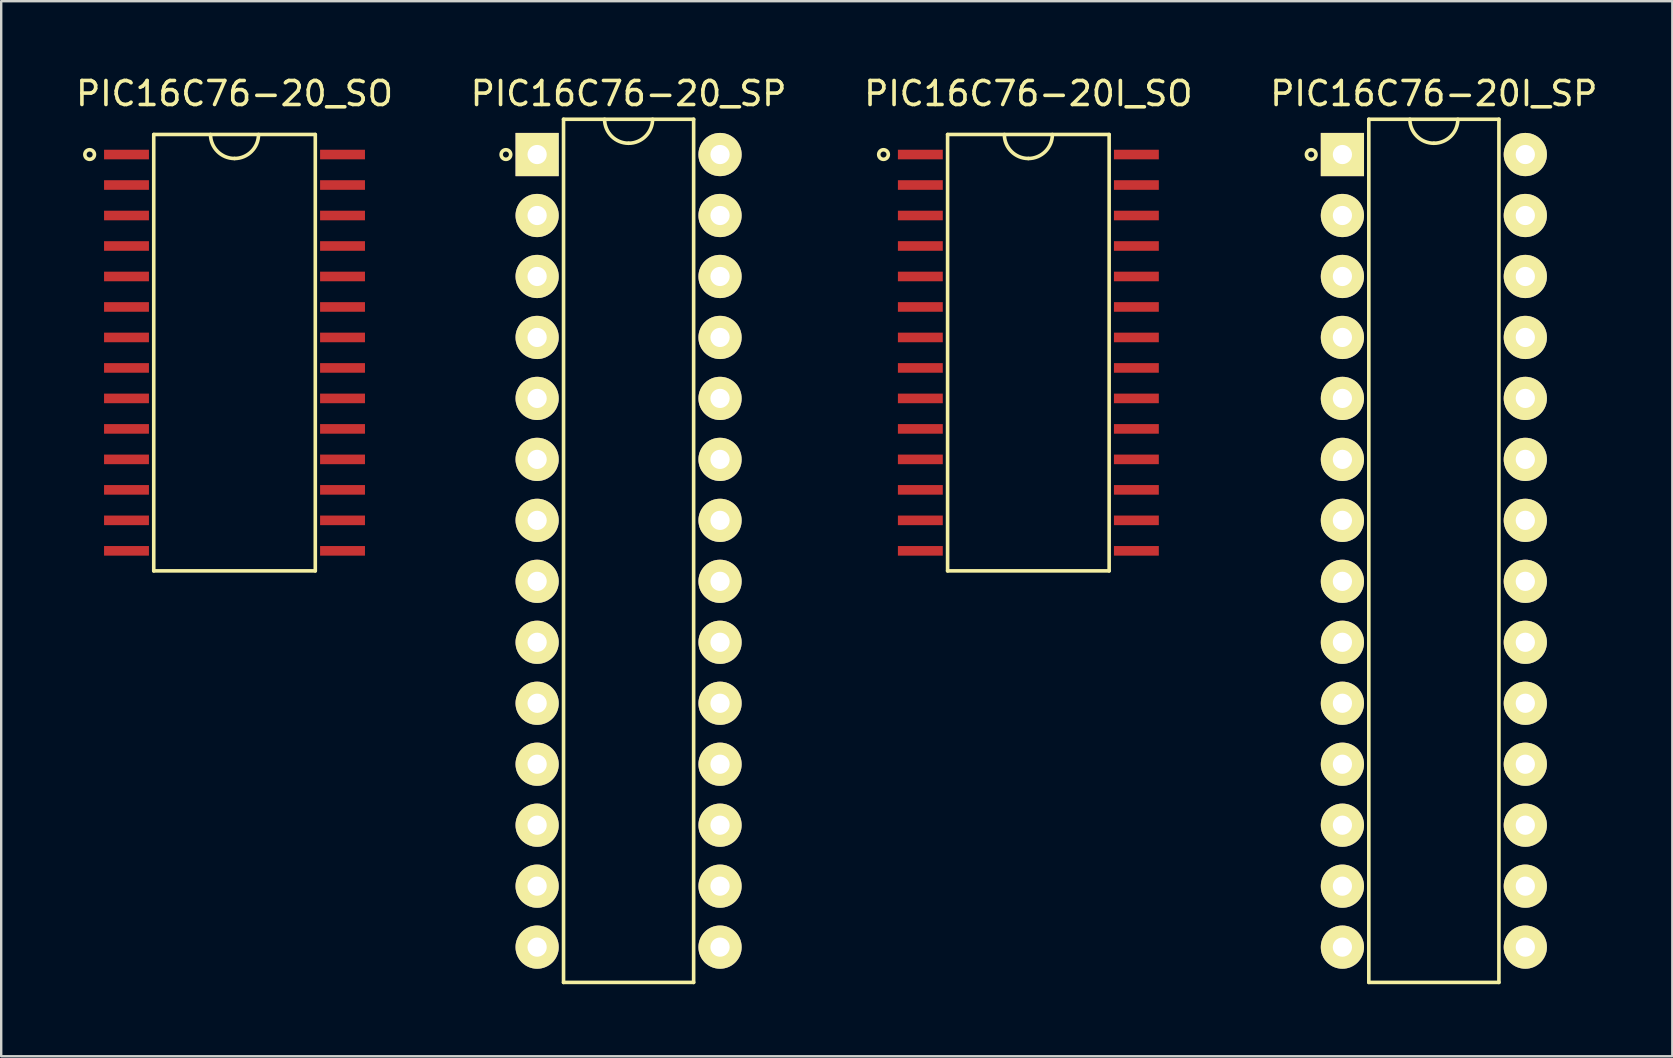
<source format=kicad_pcb>
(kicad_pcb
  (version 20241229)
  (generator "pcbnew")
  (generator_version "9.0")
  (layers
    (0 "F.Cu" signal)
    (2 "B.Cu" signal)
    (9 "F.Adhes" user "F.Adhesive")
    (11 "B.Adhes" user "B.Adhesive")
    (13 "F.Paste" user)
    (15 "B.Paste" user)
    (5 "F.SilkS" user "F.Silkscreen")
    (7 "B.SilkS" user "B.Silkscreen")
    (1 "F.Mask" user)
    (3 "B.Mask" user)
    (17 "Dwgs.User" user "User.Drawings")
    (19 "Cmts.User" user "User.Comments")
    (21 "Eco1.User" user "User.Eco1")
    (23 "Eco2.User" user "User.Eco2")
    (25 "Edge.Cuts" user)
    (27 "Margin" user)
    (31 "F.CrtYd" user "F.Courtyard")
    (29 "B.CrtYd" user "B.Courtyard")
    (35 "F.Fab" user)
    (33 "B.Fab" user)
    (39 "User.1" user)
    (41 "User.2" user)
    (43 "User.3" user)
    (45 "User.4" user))
  (footprint "PIC16C76-20_SP"
    (layer "F.Cu")
    (at 19.327 3.388)
    (property "Reference" "PIC16C76-20_SP" (at 3.81 -2.54 0) (layer "F.SilkS") (effects (font (size 1 1) (thickness 0.15))))
    (attr through_hole)
    (fp_line (start 1.1 -1.47) (end 6.52 -1.47) (stroke (width 0.15) (type solid)) (layer "F.SilkS"))
    (fp_line (start 1.1 34.49) (end 1.1 -1.47) (stroke (width 0.15) (type solid)) (layer "F.SilkS"))
    (fp_line (start 6.52 -1.47) (end 6.52 34.49) (stroke (width 0.15) (type solid)) (layer "F.SilkS"))
    (fp_line (start 6.52 34.49) (end 1.1 34.49) (stroke (width 0.15) (type solid)) (layer "F.SilkS"))
    (fp_arc (start 3.81 -0.47) (mid 3.102893 -0.762893) (end 2.81 -1.47) (stroke (width 0.15) (type solid)) (layer "F.SilkS"))
    (fp_arc (start 4.81 -1.47) (mid 4.517107 -0.762893) (end 3.81 -0.47) (stroke (width 0.15) (type solid)) (layer "F.SilkS"))
    (fp_circle (center -1.3 0) (end -1.3 0.2) (stroke (width 0.15) (type solid)) (fill no) (layer "F.SilkS"))
    (pad "1" thru_hole rect (at 0 0) (size 1.8 1.8) (drill 0.8) (layers "*.Cu" "*.Mask" "F.SilkS"))
    (pad "2" thru_hole circle (at 0 2.54) (size 1.8 1.8) (drill 0.8) (layers "*.Cu" "*.Mask" "F.SilkS"))
    (pad "3" thru_hole circle (at 0 5.08) (size 1.8 1.8) (drill 0.8) (layers "*.Cu" "*.Mask" "F.SilkS"))
    (pad "4" thru_hole circle (at 0 7.62) (size 1.8 1.8) (drill 0.8) (layers "*.Cu" "*.Mask" "F.SilkS"))
    (pad "5" thru_hole circle (at 0 10.16) (size 1.8 1.8) (drill 0.8) (layers "*.Cu" "*.Mask" "F.SilkS"))
    (pad "6" thru_hole circle (at 0 12.7) (size 1.8 1.8) (drill 0.8) (layers "*.Cu" "*.Mask" "F.SilkS"))
    (pad "7" thru_hole circle (at 0 15.24) (size 1.8 1.8) (drill 0.8) (layers "*.Cu" "*.Mask" "F.SilkS"))
    (pad "8" thru_hole circle (at 0 17.78) (size 1.8 1.8) (drill 0.8) (layers "*.Cu" "*.Mask" "F.SilkS"))
    (pad "9" thru_hole circle (at 0 20.32) (size 1.8 1.8) (drill 0.8) (layers "*.Cu" "*.Mask" "F.SilkS"))
    (pad "10" thru_hole circle (at 0 22.86) (size 1.8 1.8) (drill 0.8) (layers "*.Cu" "*.Mask" "F.SilkS"))
    (pad "11" thru_hole circle (at 0 25.4) (size 1.8 1.8) (drill 0.8) (layers "*.Cu" "*.Mask" "F.SilkS"))
    (pad "12" thru_hole circle (at 0 27.94) (size 1.8 1.8) (drill 0.8) (layers "*.Cu" "*.Mask" "F.SilkS"))
    (pad "13" thru_hole circle (at 0 30.48) (size 1.8 1.8) (drill 0.8) (layers "*.Cu" "*.Mask" "F.SilkS"))
    (pad "14" thru_hole circle (at 0 33.02) (size 1.8 1.8) (drill 0.8) (layers "*.Cu" "*.Mask" "F.SilkS"))
    (pad "15" thru_hole circle (at 7.62 33.02) (size 1.8 1.8) (drill 0.8) (layers "*.Cu" "*.Mask" "F.SilkS"))
    (pad "16" thru_hole circle (at 7.62 30.48) (size 1.8 1.8) (drill 0.8) (layers "*.Cu" "*.Mask" "F.SilkS"))
    (pad "17" thru_hole circle (at 7.62 27.94) (size 1.8 1.8) (drill 0.8) (layers "*.Cu" "*.Mask" "F.SilkS"))
    (pad "18" thru_hole circle (at 7.62 25.4) (size 1.8 1.8) (drill 0.8) (layers "*.Cu" "*.Mask" "F.SilkS"))
    (pad "19" thru_hole circle (at 7.62 22.86) (size 1.8 1.8) (drill 0.8) (layers "*.Cu" "*.Mask" "F.SilkS"))
    (pad "20" thru_hole circle (at 7.62 20.32) (size 1.8 1.8) (drill 0.8) (layers "*.Cu" "*.Mask" "F.SilkS"))
    (pad "21" thru_hole circle (at 7.62 17.78) (size 1.8 1.8) (drill 0.8) (layers "*.Cu" "*.Mask" "F.SilkS"))
    (pad "22" thru_hole circle (at 7.62 15.24) (size 1.8 1.8) (drill 0.8) (layers "*.Cu" "*.Mask" "F.SilkS"))
    (pad "23" thru_hole circle (at 7.62 12.7) (size 1.8 1.8) (drill 0.8) (layers "*.Cu" "*.Mask" "F.SilkS"))
    (pad "24" thru_hole circle (at 7.62 10.16) (size 1.8 1.8) (drill 0.8) (layers "*.Cu" "*.Mask" "F.SilkS"))
    (pad "25" thru_hole circle (at 7.62 7.62) (size 1.8 1.8) (drill 0.8) (layers "*.Cu" "*.Mask" "F.SilkS"))
    (pad "26" thru_hole circle (at 7.62 5.08) (size 1.8 1.8) (drill 0.8) (layers "*.Cu" "*.Mask" "F.SilkS"))
    (pad "27" thru_hole circle (at 7.62 2.54) (size 1.8 1.8) (drill 0.8) (layers "*.Cu" "*.Mask" "F.SilkS"))
    (pad "28" thru_hole circle (at 7.62 0) (size 1.8 1.8) (drill 0.8) (layers "*.Cu" "*.Mask" "F.SilkS")))
  (footprint "PIC16C76-20I_SP"
    (layer "F.Cu")
    (at 52.875 3.388)
    (property "Reference" "PIC16C76-20I_SP" (at 3.81 -2.54 0) (layer "F.SilkS") (effects (font (size 1 1) (thickness 0.15))))
    (attr through_hole)
    (fp_line (start 1.1 -1.47) (end 6.52 -1.47) (stroke (width 0.15) (type solid)) (layer "F.SilkS"))
    (fp_line (start 1.1 34.49) (end 1.1 -1.47) (stroke (width 0.15) (type solid)) (layer "F.SilkS"))
    (fp_line (start 6.52 -1.47) (end 6.52 34.49) (stroke (width 0.15) (type solid)) (layer "F.SilkS"))
    (fp_line (start 6.52 34.49) (end 1.1 34.49) (stroke (width 0.15) (type solid)) (layer "F.SilkS"))
    (fp_arc (start 3.81 -0.47) (mid 3.102893 -0.762893) (end 2.81 -1.47) (stroke (width 0.15) (type solid)) (layer "F.SilkS"))
    (fp_arc (start 4.81 -1.47) (mid 4.517107 -0.762893) (end 3.81 -0.47) (stroke (width 0.15) (type solid)) (layer "F.SilkS"))
    (fp_circle (center -1.3 0) (end -1.3 0.2) (stroke (width 0.15) (type solid)) (fill no) (layer "F.SilkS"))
    (pad "1" thru_hole rect (at 0 0) (size 1.8 1.8) (drill 0.8) (layers "*.Cu" "*.Mask" "F.SilkS"))
    (pad "2" thru_hole circle (at 0 2.54) (size 1.8 1.8) (drill 0.8) (layers "*.Cu" "*.Mask" "F.SilkS"))
    (pad "3" thru_hole circle (at 0 5.08) (size 1.8 1.8) (drill 0.8) (layers "*.Cu" "*.Mask" "F.SilkS"))
    (pad "4" thru_hole circle (at 0 7.62) (size 1.8 1.8) (drill 0.8) (layers "*.Cu" "*.Mask" "F.SilkS"))
    (pad "5" thru_hole circle (at 0 10.16) (size 1.8 1.8) (drill 0.8) (layers "*.Cu" "*.Mask" "F.SilkS"))
    (pad "6" thru_hole circle (at 0 12.7) (size 1.8 1.8) (drill 0.8) (layers "*.Cu" "*.Mask" "F.SilkS"))
    (pad "7" thru_hole circle (at 0 15.24) (size 1.8 1.8) (drill 0.8) (layers "*.Cu" "*.Mask" "F.SilkS"))
    (pad "8" thru_hole circle (at 0 17.78) (size 1.8 1.8) (drill 0.8) (layers "*.Cu" "*.Mask" "F.SilkS"))
    (pad "9" thru_hole circle (at 0 20.32) (size 1.8 1.8) (drill 0.8) (layers "*.Cu" "*.Mask" "F.SilkS"))
    (pad "10" thru_hole circle (at 0 22.86) (size 1.8 1.8) (drill 0.8) (layers "*.Cu" "*.Mask" "F.SilkS"))
    (pad "11" thru_hole circle (at 0 25.4) (size 1.8 1.8) (drill 0.8) (layers "*.Cu" "*.Mask" "F.SilkS"))
    (pad "12" thru_hole circle (at 0 27.94) (size 1.8 1.8) (drill 0.8) (layers "*.Cu" "*.Mask" "F.SilkS"))
    (pad "13" thru_hole circle (at 0 30.48) (size 1.8 1.8) (drill 0.8) (layers "*.Cu" "*.Mask" "F.SilkS"))
    (pad "14" thru_hole circle (at 0 33.02) (size 1.8 1.8) (drill 0.8) (layers "*.Cu" "*.Mask" "F.SilkS"))
    (pad "15" thru_hole circle (at 7.62 33.02) (size 1.8 1.8) (drill 0.8) (layers "*.Cu" "*.Mask" "F.SilkS"))
    (pad "16" thru_hole circle (at 7.62 30.48) (size 1.8 1.8) (drill 0.8) (layers "*.Cu" "*.Mask" "F.SilkS"))
    (pad "17" thru_hole circle (at 7.62 27.94) (size 1.8 1.8) (drill 0.8) (layers "*.Cu" "*.Mask" "F.SilkS"))
    (pad "18" thru_hole circle (at 7.62 25.4) (size 1.8 1.8) (drill 0.8) (layers "*.Cu" "*.Mask" "F.SilkS"))
    (pad "19" thru_hole circle (at 7.62 22.86) (size 1.8 1.8) (drill 0.8) (layers "*.Cu" "*.Mask" "F.SilkS"))
    (pad "20" thru_hole circle (at 7.62 20.32) (size 1.8 1.8) (drill 0.8) (layers "*.Cu" "*.Mask" "F.SilkS"))
    (pad "21" thru_hole circle (at 7.62 17.78) (size 1.8 1.8) (drill 0.8) (layers "*.Cu" "*.Mask" "F.SilkS"))
    (pad "22" thru_hole circle (at 7.62 15.24) (size 1.8 1.8) (drill 0.8) (layers "*.Cu" "*.Mask" "F.SilkS"))
    (pad "23" thru_hole circle (at 7.62 12.7) (size 1.8 1.8) (drill 0.8) (layers "*.Cu" "*.Mask" "F.SilkS"))
    (pad "24" thru_hole circle (at 7.62 10.16) (size 1.8 1.8) (drill 0.8) (layers "*.Cu" "*.Mask" "F.SilkS"))
    (pad "25" thru_hole circle (at 7.62 7.62) (size 1.8 1.8) (drill 0.8) (layers "*.Cu" "*.Mask" "F.SilkS"))
    (pad "26" thru_hole circle (at 7.62 5.08) (size 1.8 1.8) (drill 0.8) (layers "*.Cu" "*.Mask" "F.SilkS"))
    (pad "27" thru_hole circle (at 7.62 2.54) (size 1.8 1.8) (drill 0.8) (layers "*.Cu" "*.Mask" "F.SilkS"))
    (pad "28" thru_hole circle (at 7.62 0) (size 1.8 1.8) (drill 0.8) (layers "*.Cu" "*.Mask" "F.SilkS")))
  (footprint "PIC16C76-20_SO"
    (layer "F.Cu")
    (at 2.22 3.388)
    (property "Reference" "PIC16C76-20_SO" (at 4.5 -2.54 0) (layer "F.SilkS") (effects (font (size 1 1) (thickness 0.15))))
    (attr through_hole)
    (fp_line (start 1.135 -0.835) (end 7.865 -0.835) (stroke (width 0.15) (type solid)) (layer "F.SilkS"))
    (fp_line (start 1.135 17.345) (end 1.135 -0.835) (stroke (width 0.15) (type solid)) (layer "F.SilkS"))
    (fp_line (start 7.865 -0.835) (end 7.865 17.345) (stroke (width 0.15) (type solid)) (layer "F.SilkS"))
    (fp_line (start 7.865 17.345) (end 1.135 17.345) (stroke (width 0.15) (type solid)) (layer "F.SilkS"))
    (fp_arc (start 4.5 0.165) (mid 3.792893 -0.127893) (end 3.5 -0.835) (stroke (width 0.15) (type solid)) (layer "F.SilkS"))
    (fp_arc (start 5.5 -0.835) (mid 5.207107 -0.127893) (end 4.5 0.165) (stroke (width 0.15) (type solid)) (layer "F.SilkS"))
    (fp_circle (center -1.535 0) (end -1.535 0.2) (stroke (width 0.15) (type solid)) (fill no) (layer "F.SilkS"))
    (pad "1" smd rect (at 0 0) (size 1.87 0.4) (layers "F.Cu" "F.Mask" "F.Paste"))
    (pad "2" smd rect (at 0 1.27) (size 1.87 0.4) (layers "F.Cu" "F.Mask" "F.Paste"))
    (pad "3" smd rect (at 0 2.54) (size 1.87 0.4) (layers "F.Cu" "F.Mask" "F.Paste"))
    (pad "4" smd rect (at 0 3.81) (size 1.87 0.4) (layers "F.Cu" "F.Mask" "F.Paste"))
    (pad "5" smd rect (at 0 5.08) (size 1.87 0.4) (layers "F.Cu" "F.Mask" "F.Paste"))
    (pad "6" smd rect (at 0 6.35) (size 1.87 0.4) (layers "F.Cu" "F.Mask" "F.Paste"))
    (pad "7" smd rect (at 0 7.62) (size 1.87 0.4) (layers "F.Cu" "F.Mask" "F.Paste"))
    (pad "8" smd rect (at 0 8.89) (size 1.87 0.4) (layers "F.Cu" "F.Mask" "F.Paste"))
    (pad "9" smd rect (at 0 10.16) (size 1.87 0.4) (layers "F.Cu" "F.Mask" "F.Paste"))
    (pad "10" smd rect (at 0 11.43) (size 1.87 0.4) (layers "F.Cu" "F.Mask" "F.Paste"))
    (pad "11" smd rect (at 0 12.7) (size 1.87 0.4) (layers "F.Cu" "F.Mask" "F.Paste"))
    (pad "12" smd rect (at 0 13.97) (size 1.87 0.4) (layers "F.Cu" "F.Mask" "F.Paste"))
    (pad "13" smd rect (at 0 15.24) (size 1.87 0.4) (layers "F.Cu" "F.Mask" "F.Paste"))
    (pad "14" smd rect (at 0 16.51) (size 1.87 0.4) (layers "F.Cu" "F.Mask" "F.Paste"))
    (pad "15" smd rect (at 9 16.51) (size 1.87 0.4) (layers "F.Cu" "F.Mask" "F.Paste"))
    (pad "16" smd rect (at 9 15.24) (size 1.87 0.4) (layers "F.Cu" "F.Mask" "F.Paste"))
    (pad "17" smd rect (at 9 13.97) (size 1.87 0.4) (layers "F.Cu" "F.Mask" "F.Paste"))
    (pad "18" smd rect (at 9 12.7) (size 1.87 0.4) (layers "F.Cu" "F.Mask" "F.Paste"))
    (pad "19" smd rect (at 9 11.43) (size 1.87 0.4) (layers "F.Cu" "F.Mask" "F.Paste"))
    (pad "20" smd rect (at 9 10.16) (size 1.87 0.4) (layers "F.Cu" "F.Mask" "F.Paste"))
    (pad "21" smd rect (at 9 8.89) (size 1.87 0.4) (layers "F.Cu" "F.Mask" "F.Paste"))
    (pad "22" smd rect (at 9 7.62) (size 1.87 0.4) (layers "F.Cu" "F.Mask" "F.Paste"))
    (pad "23" smd rect (at 9 6.35) (size 1.87 0.4) (layers "F.Cu" "F.Mask" "F.Paste"))
    (pad "24" smd rect (at 9 5.08) (size 1.87 0.4) (layers "F.Cu" "F.Mask" "F.Paste"))
    (pad "25" smd rect (at 9 3.81) (size 1.87 0.4) (layers "F.Cu" "F.Mask" "F.Paste"))
    (pad "26" smd rect (at 9 2.54) (size 1.87 0.4) (layers "F.Cu" "F.Mask" "F.Paste"))
    (pad "27" smd rect (at 9 1.27) (size 1.87 0.4) (layers "F.Cu" "F.Mask" "F.Paste"))
    (pad "28" smd rect (at 9 0) (size 1.87 0.4) (layers "F.Cu" "F.Mask" "F.Paste")))
  (footprint "PIC16C76-20I_SO"
    (layer "F.Cu")
    (at 35.292 3.388)
    (property "Reference" "PIC16C76-20I_SO" (at 4.5 -2.54 0) (layer "F.SilkS") (effects (font (size 1 1) (thickness 0.15))))
    (attr through_hole)
    (fp_line (start 1.135 -0.835) (end 7.865 -0.835) (stroke (width 0.15) (type solid)) (layer "F.SilkS"))
    (fp_line (start 1.135 17.345) (end 1.135 -0.835) (stroke (width 0.15) (type solid)) (layer "F.SilkS"))
    (fp_line (start 7.865 -0.835) (end 7.865 17.345) (stroke (width 0.15) (type solid)) (layer "F.SilkS"))
    (fp_line (start 7.865 17.345) (end 1.135 17.345) (stroke (width 0.15) (type solid)) (layer "F.SilkS"))
    (fp_arc (start 4.5 0.165) (mid 3.792893 -0.127893) (end 3.5 -0.835) (stroke (width 0.15) (type solid)) (layer "F.SilkS"))
    (fp_arc (start 5.5 -0.835) (mid 5.207107 -0.127893) (end 4.5 0.165) (stroke (width 0.15) (type solid)) (layer "F.SilkS"))
    (fp_circle (center -1.535 0) (end -1.535 0.2) (stroke (width 0.15) (type solid)) (fill no) (layer "F.SilkS"))
    (pad "1" smd rect (at 0 0) (size 1.87 0.4) (layers "F.Cu" "F.Mask" "F.Paste"))
    (pad "2" smd rect (at 0 1.27) (size 1.87 0.4) (layers "F.Cu" "F.Mask" "F.Paste"))
    (pad "3" smd rect (at 0 2.54) (size 1.87 0.4) (layers "F.Cu" "F.Mask" "F.Paste"))
    (pad "4" smd rect (at 0 3.81) (size 1.87 0.4) (layers "F.Cu" "F.Mask" "F.Paste"))
    (pad "5" smd rect (at 0 5.08) (size 1.87 0.4) (layers "F.Cu" "F.Mask" "F.Paste"))
    (pad "6" smd rect (at 0 6.35) (size 1.87 0.4) (layers "F.Cu" "F.Mask" "F.Paste"))
    (pad "7" smd rect (at 0 7.62) (size 1.87 0.4) (layers "F.Cu" "F.Mask" "F.Paste"))
    (pad "8" smd rect (at 0 8.89) (size 1.87 0.4) (layers "F.Cu" "F.Mask" "F.Paste"))
    (pad "9" smd rect (at 0 10.16) (size 1.87 0.4) (layers "F.Cu" "F.Mask" "F.Paste"))
    (pad "10" smd rect (at 0 11.43) (size 1.87 0.4) (layers "F.Cu" "F.Mask" "F.Paste"))
    (pad "11" smd rect (at 0 12.7) (size 1.87 0.4) (layers "F.Cu" "F.Mask" "F.Paste"))
    (pad "12" smd rect (at 0 13.97) (size 1.87 0.4) (layers "F.Cu" "F.Mask" "F.Paste"))
    (pad "13" smd rect (at 0 15.24) (size 1.87 0.4) (layers "F.Cu" "F.Mask" "F.Paste"))
    (pad "14" smd rect (at 0 16.51) (size 1.87 0.4) (layers "F.Cu" "F.Mask" "F.Paste"))
    (pad "15" smd rect (at 9 16.51) (size 1.87 0.4) (layers "F.Cu" "F.Mask" "F.Paste"))
    (pad "16" smd rect (at 9 15.24) (size 1.87 0.4) (layers "F.Cu" "F.Mask" "F.Paste"))
    (pad "17" smd rect (at 9 13.97) (size 1.87 0.4) (layers "F.Cu" "F.Mask" "F.Paste"))
    (pad "18" smd rect (at 9 12.7) (size 1.87 0.4) (layers "F.Cu" "F.Mask" "F.Paste"))
    (pad "19" smd rect (at 9 11.43) (size 1.87 0.4) (layers "F.Cu" "F.Mask" "F.Paste"))
    (pad "20" smd rect (at 9 10.16) (size 1.87 0.4) (layers "F.Cu" "F.Mask" "F.Paste"))
    (pad "21" smd rect (at 9 8.89) (size 1.87 0.4) (layers "F.Cu" "F.Mask" "F.Paste"))
    (pad "22" smd rect (at 9 7.62) (size 1.87 0.4) (layers "F.Cu" "F.Mask" "F.Paste"))
    (pad "23" smd rect (at 9 6.35) (size 1.87 0.4) (layers "F.Cu" "F.Mask" "F.Paste"))
    (pad "24" smd rect (at 9 5.08) (size 1.87 0.4) (layers "F.Cu" "F.Mask" "F.Paste"))
    (pad "25" smd rect (at 9 3.81) (size 1.87 0.4) (layers "F.Cu" "F.Mask" "F.Paste"))
    (pad "26" smd rect (at 9 2.54) (size 1.87 0.4) (layers "F.Cu" "F.Mask" "F.Paste"))
    (pad "27" smd rect (at 9 1.27) (size 1.87 0.4) (layers "F.Cu" "F.Mask" "F.Paste"))
    (pad "28" smd rect (at 9 0) (size 1.87 0.4) (layers "F.Cu" "F.Mask" "F.Paste")))
  (gr_rect
    (start -3 -3)
    (end 66.619 40.953)
    (stroke (width 0.1) (type default))
    (fill no)
    (layer "Edge.Cuts")))
</source>
